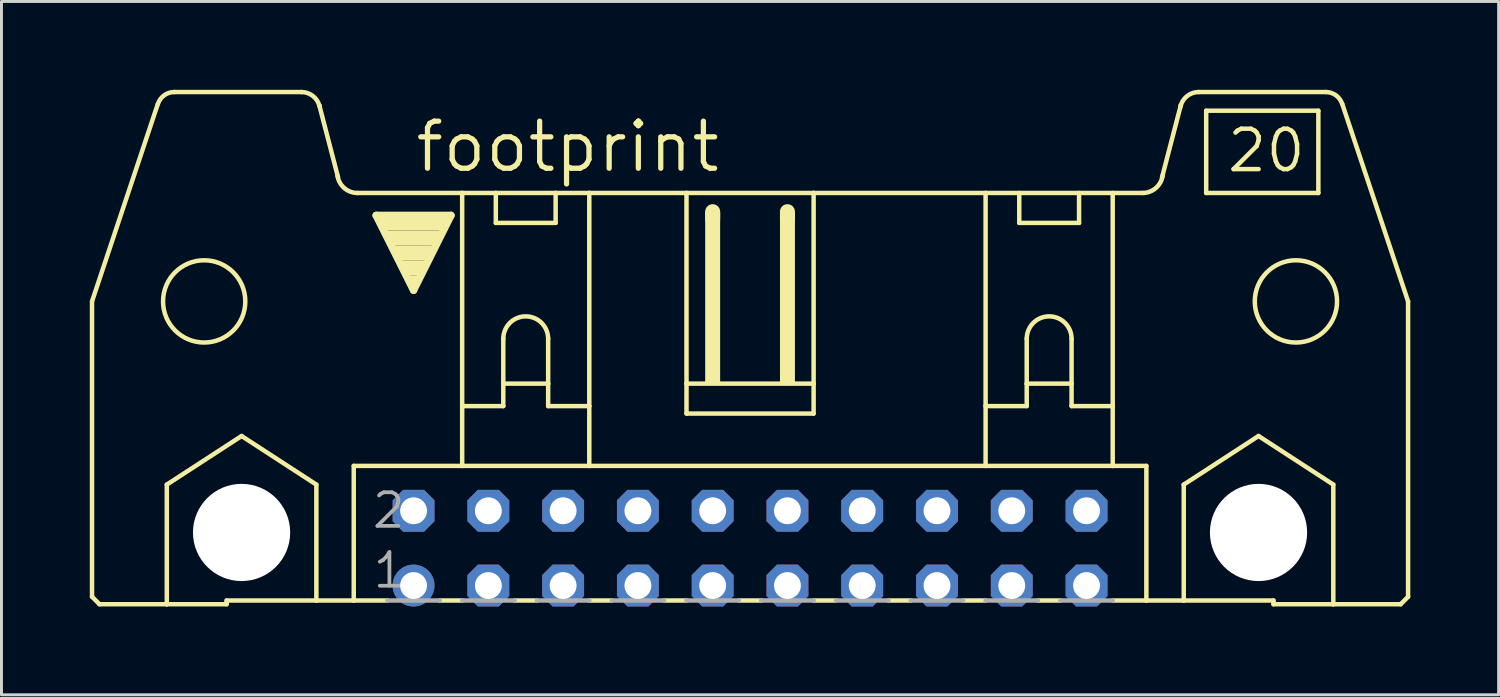
<source format=kicad_pcb>
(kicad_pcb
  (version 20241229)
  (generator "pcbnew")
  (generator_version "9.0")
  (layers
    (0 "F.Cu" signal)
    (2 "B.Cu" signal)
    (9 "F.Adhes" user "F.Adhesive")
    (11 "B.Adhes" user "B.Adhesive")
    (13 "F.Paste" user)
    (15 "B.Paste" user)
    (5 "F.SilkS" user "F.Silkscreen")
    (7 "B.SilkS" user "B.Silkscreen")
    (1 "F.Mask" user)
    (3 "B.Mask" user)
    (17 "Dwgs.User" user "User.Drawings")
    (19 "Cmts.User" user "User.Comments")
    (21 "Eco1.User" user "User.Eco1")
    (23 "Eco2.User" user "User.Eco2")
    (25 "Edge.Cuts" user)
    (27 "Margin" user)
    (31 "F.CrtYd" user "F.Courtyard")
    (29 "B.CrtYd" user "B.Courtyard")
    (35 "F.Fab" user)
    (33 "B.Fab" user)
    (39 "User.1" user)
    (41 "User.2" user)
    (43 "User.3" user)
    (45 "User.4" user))
  (footprint "footprint"
    (layer "F.Cu")
    (at 22.428 15.57)
    (property "Reference" "footprint" (at -11.455 -12.7 0) (layer "F.SilkS") (effects (font (size 1.6 1.6) (thickness 0.178)) (justify left bottom)))
    (fp_line (start -22.352 1.651) (end -22.352 -8.382) (stroke (width 0.152) (type solid)) (layer "F.SilkS"))
    (fp_line (start -22.352 1.651) (end -22.098 1.905) (stroke (width 0.152) (type solid)) (layer "F.SilkS"))
    (fp_line (start -22.098 1.905) (end -19.812 1.905) (stroke (width 0.152) (type solid)) (layer "F.SilkS"))
    (fp_line (start -20.117 -15.088) (end -22.352 -8.382) (stroke (width 0.152) (type solid)) (layer "F.SilkS"))
    (fp_line (start -19.812 -2.159) (end -17.272 -3.81) (stroke (width 0.152) (type solid)) (layer "F.SilkS"))
    (fp_line (start -19.812 1.905) (end -19.812 -2.159) (stroke (width 0.152) (type solid)) (layer "F.SilkS"))
    (fp_line (start -19.812 1.905) (end -17.78 1.905) (stroke (width 0.152) (type solid)) (layer "F.SilkS"))
    (fp_line (start -17.78 1.778) (end -17.78 1.905) (stroke (width 0.152) (type solid)) (layer "F.SilkS"))
    (fp_line (start -17.78 1.778) (end -14.732 1.778) (stroke (width 0.152) (type solid)) (layer "F.SilkS"))
    (fp_line (start -17.272 -3.81) (end -14.732 -2.159) (stroke (width 0.152) (type solid)) (layer "F.SilkS"))
    (fp_line (start -15.24 -15.494) (end -19.558 -15.494) (stroke (width 0.152) (type solid)) (layer "F.SilkS"))
    (fp_line (start -14.732 1.778) (end -14.732 -2.159) (stroke (width 0.152) (type solid)) (layer "F.SilkS"))
    (fp_line (start -14.732 1.778) (end -13.462 1.778) (stroke (width 0.152) (type solid)) (layer "F.SilkS"))
    (fp_line (start -13.995 -12.598) (end -14.63 -15.037) (stroke (width 0.152) (type solid)) (layer "F.SilkS"))
    (fp_line (start -13.462 -2.794) (end -13.462 1.778) (stroke (width 0.152) (type solid)) (layer "F.SilkS"))
    (fp_line (start -13.462 1.778) (end -12.319 1.778) (stroke (width 0.152) (type solid)) (layer "F.SilkS"))
    (fp_line (start -13.335 -12.065) (end -9.779 -12.065) (stroke (width 0.152) (type solid)) (layer "F.SilkS"))
    (fp_line (start -12.7 -11.303) (end -10.16 -11.303) (stroke (width 0.254) (type solid)) (layer "F.SilkS"))
    (fp_line (start -11.43 -8.763) (end -12.7 -11.303) (stroke (width 0.254) (type solid)) (layer "F.SilkS"))
    (fp_line (start -10.541 1.778) (end -9.779 1.778) (stroke (width 0.152) (type solid)) (layer "F.SilkS"))
    (fp_line (start -10.16 -11.303) (end -11.43 -8.763) (stroke (width 0.254) (type solid)) (layer "F.SilkS"))
    (fp_line (start -9.779 -12.065) (end -8.636 -12.065) (stroke (width 0.152) (type solid)) (layer "F.SilkS"))
    (fp_line (start -9.779 -4.826) (end -9.779 -12.065) (stroke (width 0.152) (type solid)) (layer "F.SilkS"))
    (fp_line (start -9.779 -4.826) (end -9.779 -2.794) (stroke (width 0.152) (type solid)) (layer "F.SilkS"))
    (fp_line (start -9.779 -4.826) (end -8.382 -4.826) (stroke (width 0.152) (type solid)) (layer "F.SilkS"))
    (fp_line (start -9.779 -2.794) (end -13.462 -2.794) (stroke (width 0.152) (type solid)) (layer "F.SilkS"))
    (fp_line (start -8.636 -12.065) (end -6.604 -12.065) (stroke (width 0.152) (type solid)) (layer "F.SilkS"))
    (fp_line (start -8.636 -11.049) (end -8.636 -12.065) (stroke (width 0.152) (type solid)) (layer "F.SilkS"))
    (fp_line (start -8.636 -11.049) (end -6.604 -11.049) (stroke (width 0.152) (type solid)) (layer "F.SilkS"))
    (fp_line (start -8.382 -7.112) (end -8.382 -5.588) (stroke (width 0.152) (type solid)) (layer "F.SilkS"))
    (fp_line (start -8.382 -5.588) (end -8.382 -4.826) (stroke (width 0.152) (type solid)) (layer "F.SilkS"))
    (fp_line (start -8.382 -5.588) (end -6.858 -5.588) (stroke (width 0.152) (type solid)) (layer "F.SilkS"))
    (fp_line (start -8.001 1.778) (end -7.239 1.778) (stroke (width 0.152) (type solid)) (layer "F.SilkS"))
    (fp_line (start -6.858 -7.112) (end -6.858 -5.588) (stroke (width 0.152) (type solid)) (layer "F.SilkS"))
    (fp_line (start -6.858 -5.588) (end -6.858 -4.826) (stroke (width 0.152) (type solid)) (layer "F.SilkS"))
    (fp_line (start -6.858 -4.826) (end -5.461 -4.826) (stroke (width 0.152) (type solid)) (layer "F.SilkS"))
    (fp_line (start -6.604 -12.065) (end -6.604 -11.049) (stroke (width 0.152) (type solid)) (layer "F.SilkS"))
    (fp_line (start -6.604 -12.065) (end -5.461 -12.065) (stroke (width 0.152) (type solid)) (layer "F.SilkS"))
    (fp_line (start -5.461 -12.065) (end -2.159 -12.065) (stroke (width 0.152) (type solid)) (layer "F.SilkS"))
    (fp_line (start -5.461 -4.826) (end -5.461 -12.065) (stroke (width 0.152) (type solid)) (layer "F.SilkS"))
    (fp_line (start -5.461 -4.826) (end -5.461 -2.794) (stroke (width 0.152) (type solid)) (layer "F.SilkS"))
    (fp_line (start -5.461 -2.794) (end -9.779 -2.794) (stroke (width 0.152) (type solid)) (layer "F.SilkS"))
    (fp_line (start -5.461 1.778) (end -4.699 1.778) (stroke (width 0.152) (type solid)) (layer "F.SilkS"))
    (fp_line (start -2.921 1.778) (end -2.159 1.778) (stroke (width 0.152) (type solid)) (layer "F.SilkS"))
    (fp_line (start -2.159 -12.065) (end -2.159 -5.588) (stroke (width 0.152) (type solid)) (layer "F.SilkS"))
    (fp_line (start -2.159 -12.065) (end 2.159 -12.065) (stroke (width 0.152) (type solid)) (layer "F.SilkS"))
    (fp_line (start -2.159 -5.588) (end -2.159 -4.572) (stroke (width 0.152) (type solid)) (layer "F.SilkS"))
    (fp_line (start -1.27 -11.176) (end -1.27 -11.43) (stroke (width 0.508) (type solid)) (layer "F.SilkS"))
    (fp_line (start -0.381 1.778) (end 0.381 1.778) (stroke (width 0.152) (type solid)) (layer "F.SilkS"))
    (fp_line (start 1.27 -11.176) (end 1.27 -11.43) (stroke (width 0.508) (type solid)) (layer "F.SilkS"))
    (fp_line (start 2.159 -12.065) (end 2.159 -5.588) (stroke (width 0.152) (type solid)) (layer "F.SilkS"))
    (fp_line (start 2.159 -12.065) (end 8.001 -12.065) (stroke (width 0.152) (type solid)) (layer "F.SilkS"))
    (fp_line (start 2.159 -5.588) (end -2.159 -5.588) (stroke (width 0.152) (type solid)) (layer "F.SilkS"))
    (fp_line (start 2.159 -5.588) (end 2.159 -4.572) (stroke (width 0.152) (type solid)) (layer "F.SilkS"))
    (fp_line (start 2.159 -4.572) (end -2.159 -4.572) (stroke (width 0.152) (type solid)) (layer "F.SilkS"))
    (fp_line (start 2.159 1.778) (end 2.921 1.778) (stroke (width 0.152) (type solid)) (layer "F.SilkS"))
    (fp_line (start 4.699 1.778) (end 5.461 1.778) (stroke (width 0.152) (type solid)) (layer "F.SilkS"))
    (fp_line (start 7.239 1.778) (end 8.001 1.778) (stroke (width 0.152) (type solid)) (layer "F.SilkS"))
    (fp_line (start 8.001 -12.065) (end 13.335 -12.065) (stroke (width 0.152) (type solid)) (layer "F.SilkS"))
    (fp_line (start 8.001 -4.826) (end 8.001 -12.065) (stroke (width 0.152) (type solid)) (layer "F.SilkS"))
    (fp_line (start 8.001 -4.826) (end 8.001 -2.794) (stroke (width 0.152) (type solid)) (layer "F.SilkS"))
    (fp_line (start 8.001 -4.826) (end 9.398 -4.826) (stroke (width 0.152) (type solid)) (layer "F.SilkS"))
    (fp_line (start 8.001 -2.794) (end -5.461 -2.794) (stroke (width 0.152) (type solid)) (layer "F.SilkS"))
    (fp_line (start 9.144 -11.049) (end 9.144 -12.065) (stroke (width 0.152) (type solid)) (layer "F.SilkS"))
    (fp_line (start 9.144 -11.049) (end 11.176 -11.049) (stroke (width 0.152) (type solid)) (layer "F.SilkS"))
    (fp_line (start 9.398 -7.112) (end 9.398 -5.588) (stroke (width 0.152) (type solid)) (layer "F.SilkS"))
    (fp_line (start 9.398 -5.588) (end 9.398 -4.826) (stroke (width 0.152) (type solid)) (layer "F.SilkS"))
    (fp_line (start 9.398 -5.588) (end 10.922 -5.588) (stroke (width 0.152) (type solid)) (layer "F.SilkS"))
    (fp_line (start 9.779 1.778) (end 10.541 1.778) (stroke (width 0.152) (type solid)) (layer "F.SilkS"))
    (fp_line (start 10.922 -7.112) (end 10.922 -5.588) (stroke (width 0.152) (type solid)) (layer "F.SilkS"))
    (fp_line (start 10.922 -5.588) (end 10.922 -4.826) (stroke (width 0.152) (type solid)) (layer "F.SilkS"))
    (fp_line (start 10.922 -4.826) (end 12.319 -4.826) (stroke (width 0.152) (type solid)) (layer "F.SilkS"))
    (fp_line (start 11.176 -12.065) (end 11.176 -11.049) (stroke (width 0.152) (type solid)) (layer "F.SilkS"))
    (fp_line (start 12.319 -4.826) (end 12.319 -12.065) (stroke (width 0.152) (type solid)) (layer "F.SilkS"))
    (fp_line (start 12.319 -4.826) (end 12.319 -2.794) (stroke (width 0.152) (type solid)) (layer "F.SilkS"))
    (fp_line (start 12.319 -2.794) (end 8.001 -2.794) (stroke (width 0.152) (type solid)) (layer "F.SilkS"))
    (fp_line (start 13.462 -2.794) (end 12.319 -2.794) (stroke (width 0.152) (type solid)) (layer "F.SilkS"))
    (fp_line (start 13.462 -2.794) (end 13.462 1.778) (stroke (width 0.152) (type solid)) (layer "F.SilkS"))
    (fp_line (start 13.462 1.778) (end 12.319 1.778) (stroke (width 0.152) (type solid)) (layer "F.SilkS"))
    (fp_line (start 13.995 -12.598) (end 14.63 -15.037) (stroke (width 0.152) (type solid)) (layer "F.SilkS"))
    (fp_line (start 14.732 -2.159) (end 17.272 -3.81) (stroke (width 0.152) (type solid)) (layer "F.SilkS"))
    (fp_line (start 14.732 1.778) (end 13.462 1.778) (stroke (width 0.152) (type solid)) (layer "F.SilkS"))
    (fp_line (start 14.732 1.778) (end 14.732 -2.159) (stroke (width 0.152) (type solid)) (layer "F.SilkS"))
    (fp_line (start 15.24 -15.494) (end 19.558 -15.494) (stroke (width 0.152) (type solid)) (layer "F.SilkS"))
    (fp_line (start 15.494 -14.859) (end 15.494 -12.065) (stroke (width 0.152) (type solid)) (layer "F.SilkS"))
    (fp_line (start 15.494 -12.065) (end 19.304 -12.065) (stroke (width 0.152) (type solid)) (layer "F.SilkS"))
    (fp_line (start 17.272 -3.81) (end 19.812 -2.159) (stroke (width 0.152) (type solid)) (layer "F.SilkS"))
    (fp_line (start 17.78 1.778) (end 14.732 1.778) (stroke (width 0.152) (type solid)) (layer "F.SilkS"))
    (fp_line (start 17.78 1.778) (end 17.78 1.905) (stroke (width 0.152) (type solid)) (layer "F.SilkS"))
    (fp_line (start 19.304 -14.859) (end 15.494 -14.859) (stroke (width 0.152) (type solid)) (layer "F.SilkS"))
    (fp_line (start 19.304 -14.859) (end 19.304 -12.065) (stroke (width 0.152) (type solid)) (layer "F.SilkS"))
    (fp_line (start 19.812 1.905) (end 17.78 1.905) (stroke (width 0.152) (type solid)) (layer "F.SilkS"))
    (fp_line (start 19.812 1.905) (end 19.812 -2.159) (stroke (width 0.152) (type solid)) (layer "F.SilkS"))
    (fp_line (start 20.117 -15.088) (end 22.352 -8.382) (stroke (width 0.152) (type solid)) (layer "F.SilkS"))
    (fp_line (start 22.098 1.905) (end 19.812 1.905) (stroke (width 0.152) (type solid)) (layer "F.SilkS"))
    (fp_line (start 22.352 1.651) (end 22.098 1.905) (stroke (width 0.152) (type solid)) (layer "F.SilkS"))
    (fp_line (start 22.352 1.651) (end 22.352 -8.382) (stroke (width 0.152) (type solid)) (layer "F.SilkS"))
    (fp_arc (start -20.1144 -15.0878) (mid -19.902453 -15.38168) (end -19.557999 -15.494101) (stroke (width 0.1524) (type solid)) (layer "F.SilkS"))
    (fp_arc (start -15.24 -15.494) (mid -14.858999 -15.367) (end -14.630399 -15.036799) (stroke (width 0.1524) (type solid)) (layer "F.SilkS"))
    (fp_arc (start -14.6304 -15.0368) (mid -14.627084 -15.024931) (end -14.624 -15.013) (stroke (width 0.1524) (type solid)) (layer "F.SilkS"))
    (fp_arc (start -13.334999 -12.064999) (mid -13.786774 -12.234823) (end -14.0148 -12.6602) (stroke (width 0.1524) (type solid)) (layer "F.SilkS"))
    (fp_arc (start -8.382 -7.112) (mid -7.62 -7.874) (end -6.858 -7.112) (stroke (width 0.1524) (type solid)) (layer "F.SilkS"))
    (fp_arc (start 9.398 -7.112) (mid 10.16 -7.874) (end 10.922 -7.112) (stroke (width 0.1524) (type solid)) (layer "F.SilkS"))
    (fp_arc (start 14.014799 -12.660201) (mid 13.786774 -12.234825) (end 13.335 -12.065) (stroke (width 0.1524) (type solid)) (layer "F.SilkS"))
    (fp_arc (start 14.624 -15.013) (mid 14.627084 -15.024931) (end 14.6304 -15.0368) (stroke (width 0.1524) (type solid)) (layer "F.SilkS"))
    (fp_arc (start 14.6304 -15.0368) (mid 14.859001 -15.367) (end 15.240001 -15.493999) (stroke (width 0.1524) (type solid)) (layer "F.SilkS"))
    (fp_arc (start 19.558 -15.494) (mid 19.902385 -15.381609) (end 20.1143 -15.087799) (stroke (width 0.1524) (type solid)) (layer "F.SilkS"))
    (fp_circle (center -18.542 -8.382) (end -17.145 -8.382) (stroke (width 0.152) (type solid)) (fill no) (layer "F.SilkS"))
    (fp_circle (center -17.272 -0.533) (end -15.951 -0.533) (stroke (width 0.152) (type solid)) (fill no) (layer "F.SilkS"))
    (fp_circle (center 17.272 -0.533) (end 18.593 -0.533) (stroke (width 0.152) (type solid)) (fill no) (layer "F.SilkS"))
    (fp_circle (center 18.542 -8.382) (end 19.939 -8.382) (stroke (width 0.152) (type solid)) (fill no) (layer "F.SilkS"))
    (fp_poly (pts (xy -12.573 -10.795) (xy -10.287 -10.795) (xy -10.287 -11.303) (xy -12.573 -11.303)) (stroke (width 0) (type solid)) (fill yes) (layer "F.SilkS"))
    (fp_poly (pts (xy -12.319 -10.287) (xy -10.541 -10.287) (xy -10.541 -10.795) (xy -12.319 -10.795)) (stroke (width 0) (type solid)) (fill yes) (layer "F.SilkS"))
    (fp_poly (pts (xy -12.065 -9.779) (xy -10.795 -9.779) (xy -10.795 -10.287) (xy -12.065 -10.287)) (stroke (width 0) (type solid)) (fill yes) (layer "F.SilkS"))
    (fp_poly (pts (xy -11.811 -9.271) (xy -11.049 -9.271) (xy -11.049 -9.779) (xy -11.811 -9.779)) (stroke (width 0) (type solid)) (fill yes) (layer "F.SilkS"))
    (fp_poly (pts (xy -11.557 -9.017) (xy -11.303 -9.017) (xy -11.303 -9.271) (xy -11.557 -9.271)) (stroke (width 0) (type solid)) (fill yes) (layer "F.SilkS"))
    (fp_poly (pts (xy -1.524 -5.588) (xy -1.016 -5.588) (xy -1.016 -11.43) (xy -1.524 -11.43)) (stroke (width 0) (type solid)) (fill yes) (layer "F.SilkS"))
    (fp_poly (pts (xy 1.016 -5.588) (xy 1.524 -5.588) (xy 1.524 -11.43) (xy 1.016 -11.43)) (stroke (width 0) (type solid)) (fill yes) (layer "F.SilkS"))
    (fp_line (start -12.319 1.778) (end -10.541 1.778) (stroke (width 0.152) (type solid)) (layer "F.Fab"))
    (fp_line (start -9.779 1.778) (end -8.001 1.778) (stroke (width 0.152) (type solid)) (layer "F.Fab"))
    (fp_line (start -7.239 1.778) (end -5.461 1.778) (stroke (width 0.152) (type solid)) (layer "F.Fab"))
    (fp_line (start -4.699 1.778) (end -2.921 1.778) (stroke (width 0.152) (type solid)) (layer "F.Fab"))
    (fp_line (start -0.381 1.778) (end -2.159 1.778) (stroke (width 0.152) (type solid)) (layer "F.Fab"))
    (fp_line (start 2.159 1.778) (end 0.381 1.778) (stroke (width 0.152) (type solid)) (layer "F.Fab"))
    (fp_line (start 4.699 1.778) (end 2.921 1.778) (stroke (width 0.152) (type solid)) (layer "F.Fab"))
    (fp_line (start 7.239 1.778) (end 5.461 1.778) (stroke (width 0.152) (type solid)) (layer "F.Fab"))
    (fp_line (start 9.779 1.778) (end 8.001 1.778) (stroke (width 0.152) (type solid)) (layer "F.Fab"))
    (fp_line (start 12.319 1.778) (end 10.541 1.778) (stroke (width 0.152) (type solid)) (layer "F.Fab"))
    (fp_text user "20" (at 16.129 -12.7 0) (layer "F.SilkS") (effects (font (size 1.372 1.372) (thickness 0.152)) (justify left bottom)))
    (fp_text user "1" (at -12.878 1.422 0) (layer "F.Fab") (effects (font (size 1.143 1.143) (thickness 0.127)) (justify left bottom)))
    (fp_text user "2" (at -12.903 -0.61 0) (layer "F.Fab") (effects (font (size 1.143 1.143) (thickness 0.127)) (justify left bottom)))
    (pad "" np_thru_hole circle (at -17.272 -0.533) (size 3.302 3.302) (drill 3.302) (layers "*.Cu" "*.Mask"))
    (pad "" np_thru_hole circle (at 17.272 -0.533) (size 3.302 3.302) (drill 3.302) (layers "*.Cu" "*.Mask"))
    (pad "1" thru_hole circle (at -11.43 1.27) (size 1.422 1.422) (drill 0.914) (layers "*.Cu" "*.Mask"))
    (pad "2" thru_hole roundrect (at -11.43 -1.27) (size 1.422 1.422) (drill 0.914) (layers "*.Cu" "*.Mask") (roundrect_rratio 0.25) (chamfer_ratio 0.25) (chamfer top_left top_right bottom_left bottom_right))
    (pad "3" thru_hole roundrect (at -8.89 1.27) (size 1.422 1.422) (drill 0.914) (layers "*.Cu" "*.Mask") (roundrect_rratio 0.25) (chamfer_ratio 0.25) (chamfer top_left top_right bottom_left bottom_right))
    (pad "4" thru_hole roundrect (at -8.89 -1.27) (size 1.422 1.422) (drill 0.914) (layers "*.Cu" "*.Mask") (roundrect_rratio 0.25) (chamfer_ratio 0.25) (chamfer top_left top_right bottom_left bottom_right))
    (pad "5" thru_hole roundrect (at -6.35 1.27) (size 1.422 1.422) (drill 0.914) (layers "*.Cu" "*.Mask") (roundrect_rratio 0.25) (chamfer_ratio 0.25) (chamfer top_left top_right bottom_left bottom_right))
    (pad "6" thru_hole roundrect (at -6.35 -1.27) (size 1.422 1.422) (drill 0.914) (layers "*.Cu" "*.Mask") (roundrect_rratio 0.25) (chamfer_ratio 0.25) (chamfer top_left top_right bottom_left bottom_right))
    (pad "7" thru_hole roundrect (at -3.81 1.27) (size 1.422 1.422) (drill 0.914) (layers "*.Cu" "*.Mask") (roundrect_rratio 0.25) (chamfer_ratio 0.25) (chamfer top_left top_right bottom_left bottom_right))
    (pad "8" thru_hole roundrect (at -3.81 -1.27) (size 1.422 1.422) (drill 0.914) (layers "*.Cu" "*.Mask") (roundrect_rratio 0.25) (chamfer_ratio 0.25) (chamfer top_left top_right bottom_left bottom_right))
    (pad "9" thru_hole roundrect (at -1.27 1.27) (size 1.422 1.422) (drill 0.914) (layers "*.Cu" "*.Mask") (roundrect_rratio 0.25) (chamfer_ratio 0.25) (chamfer top_left top_right bottom_left bottom_right))
    (pad "10" thru_hole roundrect (at -1.27 -1.27) (size 1.422 1.422) (drill 0.914) (layers "*.Cu" "*.Mask") (roundrect_rratio 0.25) (chamfer_ratio 0.25) (chamfer top_left top_right bottom_left bottom_right))
    (pad "11" thru_hole roundrect (at 1.27 1.27) (size 1.422 1.422) (drill 0.914) (layers "*.Cu" "*.Mask") (roundrect_rratio 0.25) (chamfer_ratio 0.25) (chamfer top_left top_right bottom_left bottom_right))
    (pad "12" thru_hole roundrect (at 1.27 -1.27) (size 1.422 1.422) (drill 0.914) (layers "*.Cu" "*.Mask") (roundrect_rratio 0.25) (chamfer_ratio 0.25) (chamfer top_left top_right bottom_left bottom_right))
    (pad "13" thru_hole roundrect (at 3.81 1.27) (size 1.422 1.422) (drill 0.914) (layers "*.Cu" "*.Mask") (roundrect_rratio 0.25) (chamfer_ratio 0.25) (chamfer top_left top_right bottom_left bottom_right))
    (pad "14" thru_hole roundrect (at 3.81 -1.27) (size 1.422 1.422) (drill 0.914) (layers "*.Cu" "*.Mask") (roundrect_rratio 0.25) (chamfer_ratio 0.25) (chamfer top_left top_right bottom_left bottom_right))
    (pad "15" thru_hole roundrect (at 6.35 1.27) (size 1.422 1.422) (drill 0.914) (layers "*.Cu" "*.Mask") (roundrect_rratio 0.25) (chamfer_ratio 0.25) (chamfer top_left top_right bottom_left bottom_right))
    (pad "16" thru_hole roundrect (at 6.35 -1.27) (size 1.422 1.422) (drill 0.914) (layers "*.Cu" "*.Mask") (roundrect_rratio 0.25) (chamfer_ratio 0.25) (chamfer top_left top_right bottom_left bottom_right))
    (pad "17" thru_hole roundrect (at 8.89 1.27) (size 1.422 1.422) (drill 0.914) (layers "*.Cu" "*.Mask") (roundrect_rratio 0.25) (chamfer_ratio 0.25) (chamfer top_left top_right bottom_left bottom_right))
    (pad "18" thru_hole roundrect (at 8.89 -1.27) (size 1.422 1.422) (drill 0.914) (layers "*.Cu" "*.Mask") (roundrect_rratio 0.25) (chamfer_ratio 0.25) (chamfer top_left top_right bottom_left bottom_right))
    (pad "19" thru_hole roundrect (at 11.43 1.27) (size 1.422 1.422) (drill 0.914) (layers "*.Cu" "*.Mask") (roundrect_rratio 0.25) (chamfer_ratio 0.25) (chamfer top_left top_right bottom_left bottom_right))
    (pad "20" thru_hole roundrect (at 11.43 -1.27) (size 1.422 1.422) (drill 0.914) (layers "*.Cu" "*.Mask") (roundrect_rratio 0.25) (chamfer_ratio 0.25) (chamfer top_left top_right bottom_left bottom_right))
    (zone (net_name "") (layers "F.Cu" "B.Cu") (hatch edge 0.508) (connect_pads) (min_thickness 0.254) (filled_areas_thickness no) (keepout (tracks allowed) (vias not_allowed) (pads allowed) (copperpour allowed) (footprints allowed)) (placement (enabled no)) (fill) (polygon (pts (xy 7.442 15.037) (xy 7.407 14.64) (xy 7.304 14.255) (xy 7.136 13.894) (xy 6.907 13.567) (xy 6.626 13.286) (xy 6.299 13.057) (xy 5.938 12.889) (xy 5.553 12.786) (xy 5.156 12.751) (xy 4.759 12.786) (xy 4.374 12.889) (xy 4.013 13.057) (xy 3.687 13.286) (xy 3.405 13.567) (xy 3.176 13.894) (xy 3.008 14.255) (xy 2.905 14.64) (xy 2.87 15.037) (xy 2.905 15.434) (xy 3.008 15.819) (xy 3.176 16.18) (xy 3.405 16.506) (xy 3.687 16.788) (xy 4.013 17.017) (xy 4.374 17.185) (xy 4.759 17.288) (xy 5.156 17.323) (xy 5.553 17.288) (xy 5.938 17.185) (xy 6.299 17.017) (xy 6.626 16.788) (xy 6.907 16.506) (xy 7.136 16.18) (xy 7.304 15.819) (xy 7.407 15.434))))
    (zone (net_name "") (layers "F.Cu" "B.Cu") (hatch edge 0.508) (connect_pads) (min_thickness 0.254) (filled_areas_thickness no) (keepout (tracks allowed) (vias not_allowed) (pads allowed) (copperpour allowed) (footprints allowed)) (placement (enabled no)) (fill) (polygon (pts (xy 41.986 15.037) (xy 41.951 14.64) (xy 41.848 14.255) (xy 41.68 13.894) (xy 41.451 13.567) (xy 41.17 13.286) (xy 40.843 13.057) (xy 40.482 12.889) (xy 40.097 12.786) (xy 39.7 12.751) (xy 39.303 12.786) (xy 38.918 12.889) (xy 38.557 13.057) (xy 38.231 13.286) (xy 37.949 13.567) (xy 37.72 13.894) (xy 37.552 14.255) (xy 37.449 14.64) (xy 37.414 15.037) (xy 37.449 15.434) (xy 37.552 15.819) (xy 37.72 16.18) (xy 37.949 16.506) (xy 38.231 16.788) (xy 38.557 17.017) (xy 38.918 17.185) (xy 39.303 17.288) (xy 39.7 17.323) (xy 40.097 17.288) (xy 40.482 17.185) (xy 40.843 17.017) (xy 41.17 16.788) (xy 41.451 16.506) (xy 41.68 16.18) (xy 41.848 15.819) (xy 41.951 15.434))))
    (zone (net_name "") (layer "B.Cu") (hatch edge 0.508) (connect_pads) (min_thickness 0.254) (filled_areas_thickness no) (keepout (tracks not_allowed) (vias not_allowed) (pads not_allowed) (copperpour not_allowed) (footprints allowed)) (placement (enabled no)) (fill) (polygon (pts (xy 7.442 15.037) (xy 7.407 14.64) (xy 7.304 14.255) (xy 7.136 13.894) (xy 6.907 13.567) (xy 6.626 13.286) (xy 6.299 13.057) (xy 5.938 12.889) (xy 5.553 12.786) (xy 5.156 12.751) (xy 4.759 12.786) (xy 4.374 12.889) (xy 4.013 13.057) (xy 3.687 13.286) (xy 3.405 13.567) (xy 3.176 13.894) (xy 3.008 14.255) (xy 2.905 14.64) (xy 2.87 15.037) (xy 2.905 15.434) (xy 3.008 15.819) (xy 3.176 16.18) (xy 3.405 16.506) (xy 3.687 16.788) (xy 4.013 17.017) (xy 4.374 17.185) (xy 4.759 17.288) (xy 5.156 17.323) (xy 5.553 17.288) (xy 5.938 17.185) (xy 6.299 17.017) (xy 6.626 16.788) (xy 6.907 16.506) (xy 7.136 16.18) (xy 7.304 15.819) (xy 7.407 15.434))))
    (zone (net_name "") (layer "B.Cu") (hatch edge 0.508) (connect_pads) (min_thickness 0.254) (filled_areas_thickness no) (keepout (tracks not_allowed) (vias not_allowed) (pads not_allowed) (copperpour not_allowed) (footprints allowed)) (placement (enabled no)) (fill) (polygon (pts (xy 41.986 15.037) (xy 41.951 14.64) (xy 41.848 14.255) (xy 41.68 13.894) (xy 41.451 13.567) (xy 41.17 13.286) (xy 40.843 13.057) (xy 40.482 12.889) (xy 40.097 12.786) (xy 39.7 12.751) (xy 39.303 12.786) (xy 38.918 12.889) (xy 38.557 13.057) (xy 38.231 13.286) (xy 37.949 13.567) (xy 37.72 13.894) (xy 37.552 14.255) (xy 37.449 14.64) (xy 37.414 15.037) (xy 37.449 15.434) (xy 37.552 15.819) (xy 37.72 16.18) (xy 37.949 16.506) (xy 38.231 16.788) (xy 38.557 17.017) (xy 38.918 17.185) (xy 39.303 17.288) (xy 39.7 17.323) (xy 40.097 17.288) (xy 40.482 17.185) (xy 40.843 17.017) (xy 41.17 16.788) (xy 41.451 16.506) (xy 41.68 16.18) (xy 41.848 15.819) (xy 41.951 15.434)))))
  (gr_rect
    (start -3 -3)
    (end 47.856 20.552)
    (stroke (width 0.1) (type default))
    (fill no)
    (layer "Edge.Cuts")))
</source>
